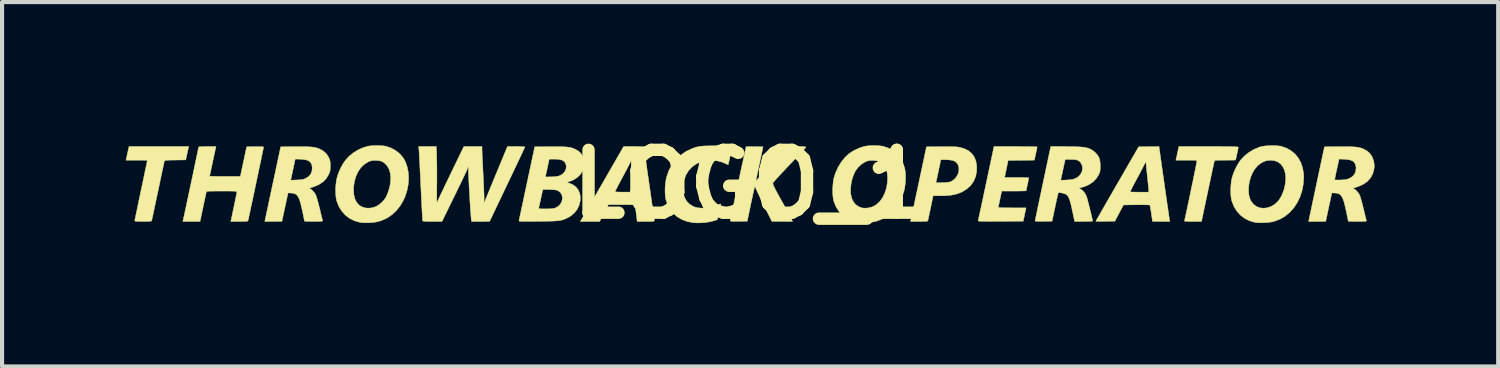
<source format=kicad_pcb>
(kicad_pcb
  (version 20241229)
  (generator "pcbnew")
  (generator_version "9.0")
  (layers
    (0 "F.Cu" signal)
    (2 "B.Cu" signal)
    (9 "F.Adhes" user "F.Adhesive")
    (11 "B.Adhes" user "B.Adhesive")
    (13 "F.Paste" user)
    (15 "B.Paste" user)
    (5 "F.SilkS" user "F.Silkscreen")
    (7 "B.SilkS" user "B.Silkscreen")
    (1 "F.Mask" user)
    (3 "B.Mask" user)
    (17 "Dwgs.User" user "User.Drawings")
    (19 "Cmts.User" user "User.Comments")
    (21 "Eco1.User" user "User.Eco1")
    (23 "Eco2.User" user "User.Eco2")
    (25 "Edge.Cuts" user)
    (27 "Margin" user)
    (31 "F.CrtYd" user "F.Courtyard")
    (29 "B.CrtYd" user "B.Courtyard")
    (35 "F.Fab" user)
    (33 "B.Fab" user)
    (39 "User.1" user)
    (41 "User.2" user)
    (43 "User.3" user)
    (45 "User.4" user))
  (footprint "LOGO_1"
    (layer "F.Cu")
    (at 15.14 1.418)
    (property "Reference" "LOGO_1" (at 0 0 0) (layer "F.SilkS") (effects (font (size 1.524 1.524) (thickness 0.3))))
    (attr through_hole)
    (fp_poly (pts (xy -13.622 -0.881) (xy -13.629 -0.854) (xy -13.638 -0.81) (xy -13.65 -0.755) (xy -13.658 -0.719) (xy -13.685 -0.591) (xy -13.941 -0.587) (xy -14.029 -0.586) (xy -14.094 -0.584) (xy -14.14 -0.582) (xy -14.171 -0.579) (xy -14.19 -0.575) (xy -14.2 -0.569) (xy -14.203 -0.562) (xy -14.207 -0.545) (xy -14.216 -0.507) (xy -14.228 -0.448) (xy -14.245 -0.371) (xy -14.265 -0.278) (xy -14.287 -0.173) (xy -14.312 -0.056) (xy -14.338 0.07) (xy -14.357 0.159) (xy -14.385 0.289) (xy -14.411 0.412) (xy -14.435 0.525) (xy -14.456 0.627) (xy -14.475 0.715) (xy -14.49 0.786) (xy -14.502 0.839) (xy -14.509 0.871) (xy -14.511 0.879) (xy -14.516 0.888) (xy -14.527 0.894) (xy -14.548 0.898) (xy -14.582 0.9) (xy -14.634 0.901) (xy -14.707 0.902) (xy -14.72 0.902) (xy -14.8 0.901) (xy -14.857 0.9) (xy -14.895 0.897) (xy -14.915 0.892) (xy -14.922 0.886) (xy -14.922 0.885) (xy -14.92 0.87) (xy -14.913 0.833) (xy -14.901 0.775) (xy -14.885 0.698) (xy -14.866 0.606) (xy -14.844 0.501) (xy -14.82 0.384) (xy -14.793 0.258) (xy -14.77 0.148) (xy -14.742 0.017) (xy -14.716 -0.107) (xy -14.692 -0.221) (xy -14.671 -0.324) (xy -14.652 -0.412) (xy -14.637 -0.483) (xy -14.626 -0.537) (xy -14.62 -0.569) (xy -14.618 -0.578) (xy -14.63 -0.58) (xy -14.663 -0.582) (xy -14.715 -0.583) (xy -14.781 -0.584) (xy -14.857 -0.584) (xy -14.876 -0.584) (xy -15.135 -0.584) (xy -15.105 -0.721) (xy -15.092 -0.779) (xy -15.081 -0.831) (xy -15.072 -0.87) (xy -15.068 -0.886) (xy -15.062 -0.914) (xy -14.338 -0.914) (xy -13.614 -0.914) (xy -13.622 -0.881)) (stroke (width 0.01) (type solid)) (fill yes) (layer "F.SilkS"))
    (fp_poly (pts (xy 6.548 -0.914) (xy 6.653 -0.913) (xy 6.746 -0.913) (xy 6.826 -0.911) (xy 6.889 -0.91) (xy 6.934 -0.908) (xy 6.957 -0.906) (xy 6.96 -0.905) (xy 6.957 -0.89) (xy 6.95 -0.855) (xy 6.94 -0.805) (xy 6.927 -0.745) (xy 6.926 -0.74) (xy 6.892 -0.585) (xy 6.574 -0.581) (xy 6.256 -0.578) (xy 6.222 -0.413) (xy 6.208 -0.347) (xy 6.195 -0.287) (xy 6.185 -0.239) (xy 6.179 -0.208) (xy 6.179 -0.206) (xy 6.171 -0.165) (xy 6.464 -0.165) (xy 6.553 -0.165) (xy 6.629 -0.163) (xy 6.69 -0.161) (xy 6.733 -0.158) (xy 6.754 -0.155) (xy 6.756 -0.153) (xy 6.754 -0.137) (xy 6.747 -0.101) (xy 6.737 -0.051) (xy 6.725 0.005) (xy 6.712 0.063) (xy 6.702 0.111) (xy 6.695 0.145) (xy 6.693 0.159) (xy 6.681 0.16) (xy 6.647 0.162) (xy 6.594 0.163) (xy 6.527 0.164) (xy 6.449 0.165) (xy 6.397 0.165) (xy 6.101 0.165) (xy 6.06 0.352) (xy 6.046 0.419) (xy 6.034 0.477) (xy 6.025 0.523) (xy 6.02 0.55) (xy 6.02 0.556) (xy 6.025 0.561) (xy 6.044 0.565) (xy 6.077 0.567) (xy 6.127 0.57) (xy 6.198 0.571) (xy 6.289 0.571) (xy 6.355 0.572) (xy 6.69 0.572) (xy 6.622 0.895) (xy 6.072 0.899) (xy 5.935 0.899) (xy 5.821 0.9) (xy 5.729 0.899) (xy 5.657 0.899) (xy 5.603 0.897) (xy 5.565 0.895) (xy 5.541 0.893) (xy 5.529 0.889) (xy 5.528 0.886) (xy 5.531 0.871) (xy 5.54 0.834) (xy 5.552 0.775) (xy 5.569 0.698) (xy 5.589 0.604) (xy 5.613 0.495) (xy 5.639 0.373) (xy 5.667 0.241) (xy 5.697 0.1) (xy 5.723 -0.022) (xy 5.912 -0.914) (xy 6.436 -0.914) (xy 6.548 -0.914)) (stroke (width 0.01) (type solid)) (fill yes) (layer "F.SilkS"))
    (fp_poly (pts (xy -0.857 -0.932) (xy -0.787 -0.931) (xy -0.732 -0.928) (xy -0.687 -0.924) (xy -0.645 -0.917) (xy -0.602 -0.907) (xy -0.593 -0.905) (xy -0.541 -0.891) (xy -0.498 -0.879) (xy -0.47 -0.869) (xy -0.464 -0.867) (xy -0.46 -0.85) (xy -0.463 -0.81) (xy -0.472 -0.748) (xy -0.489 -0.664) (xy -0.512 -0.56) (xy -0.527 -0.498) (xy -0.534 -0.47) (xy -0.598 -0.502) (xy -0.687 -0.538) (xy -0.788 -0.565) (xy -0.891 -0.581) (xy -0.951 -0.584) (xy -1.087 -0.572) (xy -1.211 -0.539) (xy -1.321 -0.485) (xy -1.418 -0.413) (xy -1.498 -0.323) (xy -1.56 -0.218) (xy -1.604 -0.099) (xy -1.626 0.033) (xy -1.629 0.102) (xy -1.62 0.22) (xy -1.591 0.323) (xy -1.541 0.409) (xy -1.473 0.48) (xy -1.385 0.535) (xy -1.34 0.553) (xy -1.27 0.57) (xy -1.184 0.578) (xy -1.089 0.576) (xy -0.994 0.565) (xy -0.906 0.546) (xy -0.889 0.54) (xy -0.836 0.522) (xy -0.788 0.505) (xy -0.753 0.491) (xy -0.746 0.487) (xy -0.731 0.479) (xy -0.72 0.476) (xy -0.715 0.481) (xy -0.714 0.497) (xy -0.719 0.527) (xy -0.729 0.574) (xy -0.744 0.641) (xy -0.753 0.679) (xy -0.794 0.857) (xy -0.876 0.885) (xy -0.973 0.91) (xy -1.084 0.927) (xy -1.202 0.936) (xy -1.317 0.936) (xy -1.384 0.931) (xy -1.527 0.903) (xy -1.656 0.855) (xy -1.77 0.787) (xy -1.867 0.701) (xy -1.947 0.598) (xy -2.009 0.477) (xy -2.041 0.381) (xy -2.056 0.302) (xy -2.063 0.205) (xy -2.063 0.1) (xy -2.055 -0.007) (xy -2.041 -0.107) (xy -2.028 -0.168) (xy -1.975 -0.324) (xy -1.903 -0.464) (xy -1.812 -0.588) (xy -1.702 -0.694) (xy -1.573 -0.784) (xy -1.505 -0.82) (xy -1.427 -0.857) (xy -1.356 -0.885) (xy -1.288 -0.905) (xy -1.215 -0.919) (xy -1.134 -0.927) (xy -1.037 -0.931) (xy -0.946 -0.932) (xy -0.857 -0.932)) (stroke (width 0.01) (type solid)) (fill yes) (layer "F.SilkS"))
    (fp_poly (pts (xy 12.768 -0.935) (xy 12.84 -0.927) (xy 12.871 -0.922) (xy 12.998 -0.88) (xy 13.111 -0.817) (xy 13.209 -0.737) (xy 13.29 -0.639) (xy 13.353 -0.526) (xy 13.396 -0.399) (xy 13.42 -0.261) (xy 13.424 -0.173) (xy 13.413 -0.004) (xy 13.383 0.156) (xy 13.333 0.307) (xy 13.266 0.446) (xy 13.183 0.571) (xy 13.085 0.681) (xy 12.973 0.773) (xy 12.849 0.846) (xy 12.714 0.897) (xy 12.675 0.908) (xy 12.593 0.922) (xy 12.499 0.931) (xy 12.402 0.934) (xy 12.31 0.931) (xy 12.234 0.922) (xy 12.106 0.885) (xy 11.99 0.827) (xy 11.888 0.748) (xy 11.801 0.652) (xy 11.731 0.538) (xy 11.681 0.411) (xy 11.676 0.394) (xy 11.661 0.316) (xy 11.653 0.221) (xy 11.653 0.16) (xy 12.085 0.16) (xy 12.095 0.265) (xy 12.122 0.359) (xy 12.151 0.417) (xy 12.209 0.489) (xy 12.281 0.541) (xy 12.363 0.572) (xy 12.453 0.581) (xy 12.548 0.569) (xy 12.644 0.534) (xy 12.645 0.533) (xy 12.737 0.474) (xy 12.816 0.393) (xy 12.881 0.291) (xy 12.933 0.167) (xy 12.947 0.123) (xy 12.976 -0.007) (xy 12.988 -0.129) (xy 12.981 -0.239) (xy 12.959 -0.337) (xy 12.92 -0.42) (xy 12.867 -0.489) (xy 12.799 -0.539) (xy 12.718 -0.571) (xy 12.624 -0.582) (xy 12.587 -0.581) (xy 12.502 -0.567) (xy 12.424 -0.535) (xy 12.347 -0.484) (xy 12.304 -0.447) (xy 12.238 -0.371) (xy 12.183 -0.279) (xy 12.139 -0.176) (xy 12.107 -0.065) (xy 12.089 0.049) (xy 12.085 0.16) (xy 11.653 0.16) (xy 11.653 0.117) (xy 11.659 0.01) (xy 11.671 -0.091) (xy 11.688 -0.168) (xy 11.724 -0.279) (xy 11.775 -0.393) (xy 11.834 -0.501) (xy 11.893 -0.587) (xy 11.985 -0.685) (xy 12.095 -0.773) (xy 12.218 -0.846) (xy 12.349 -0.901) (xy 12.37 -0.908) (xy 12.429 -0.921) (xy 12.506 -0.931) (xy 12.593 -0.936) (xy 12.683 -0.938) (xy 12.768 -0.935)) (stroke (width 0.01) (type solid)) (fill yes) (layer "F.SilkS"))
    (fp_poly (pts (xy 4.842 -0.912) (xy 4.917 -0.911) (xy 4.977 -0.908) (xy 5.024 -0.905) (xy 5.063 -0.899) (xy 5.083 -0.896) (xy 5.2 -0.861) (xy 5.298 -0.81) (xy 5.377 -0.742) (xy 5.436 -0.659) (xy 5.475 -0.56) (xy 5.494 -0.445) (xy 5.495 -0.436) (xy 5.492 -0.303) (xy 5.466 -0.18) (xy 5.418 -0.07) (xy 5.348 0.028) (xy 5.257 0.112) (xy 5.146 0.182) (xy 5.128 0.19) (xy 5.043 0.225) (xy 4.952 0.251) (xy 4.851 0.268) (xy 4.734 0.277) (xy 4.617 0.279) (xy 4.437 0.279) (xy 4.377 0.568) (xy 4.359 0.652) (xy 4.343 0.728) (xy 4.329 0.792) (xy 4.319 0.842) (xy 4.312 0.872) (xy 4.31 0.879) (xy 4.305 0.888) (xy 4.295 0.894) (xy 4.274 0.898) (xy 4.24 0.9) (xy 4.189 0.901) (xy 4.117 0.902) (xy 4.097 0.902) (xy 3.89 0.902) (xy 3.92 0.759) (xy 3.928 0.72) (xy 3.941 0.66) (xy 3.958 0.58) (xy 3.979 0.483) (xy 4.002 0.372) (xy 4.028 0.25) (xy 4.056 0.119) (xy 4.086 -0.019) (xy 4.089 -0.035) (xy 4.506 -0.035) (xy 4.669 -0.04) (xy 4.741 -0.043) (xy 4.793 -0.047) (xy 4.831 -0.053) (xy 4.861 -0.062) (xy 4.884 -0.073) (xy 4.951 -0.119) (xy 5.003 -0.18) (xy 5.04 -0.249) (xy 5.06 -0.323) (xy 5.062 -0.397) (xy 5.043 -0.466) (xy 5.025 -0.496) (xy 4.992 -0.535) (xy 4.951 -0.563) (xy 4.896 -0.581) (xy 4.825 -0.591) (xy 4.759 -0.595) (xy 4.704 -0.596) (xy 4.659 -0.596) (xy 4.631 -0.595) (xy 4.623 -0.593) (xy 4.62 -0.579) (xy 4.613 -0.545) (xy 4.603 -0.493) (xy 4.589 -0.428) (xy 4.573 -0.354) (xy 4.572 -0.347) (xy 4.555 -0.27) (xy 4.54 -0.2) (xy 4.528 -0.14) (xy 4.518 -0.096) (xy 4.513 -0.072) (xy 4.513 -0.072) (xy 4.506 -0.035) (xy 4.089 -0.035) (xy 4.113 -0.146) (xy 4.275 -0.908) (xy 4.633 -0.911) (xy 4.749 -0.912) (xy 4.842 -0.912)) (stroke (width 0.01) (type solid)) (fill yes) (layer "F.SilkS"))
    (fp_poly (pts (xy 11.273 -0.914) (xy 11.406 -0.914) (xy 11.518 -0.913) (xy 11.609 -0.913) (xy 11.682 -0.912) (xy 11.739 -0.91) (xy 11.781 -0.908) (xy 11.81 -0.906) (xy 11.827 -0.903) (xy 11.835 -0.899) (xy 11.836 -0.897) (xy 11.834 -0.879) (xy 11.827 -0.841) (xy 11.816 -0.79) (xy 11.805 -0.737) (xy 11.792 -0.68) (xy 11.782 -0.633) (xy 11.775 -0.601) (xy 11.773 -0.589) (xy 11.761 -0.587) (xy 11.727 -0.586) (xy 11.676 -0.585) (xy 11.61 -0.585) (xy 11.535 -0.584) (xy 11.519 -0.584) (xy 11.426 -0.584) (xy 11.357 -0.582) (xy 11.308 -0.58) (xy 11.276 -0.576) (xy 11.261 -0.571) (xy 11.258 -0.568) (xy 11.255 -0.554) (xy 11.247 -0.518) (xy 11.235 -0.462) (xy 11.219 -0.389) (xy 11.2 -0.302) (xy 11.179 -0.203) (xy 11.156 -0.095) (xy 11.132 0.02) (xy 11.106 0.138) (xy 11.081 0.257) (xy 11.056 0.375) (xy 11.032 0.489) (xy 11.009 0.596) (xy 10.989 0.693) (xy 10.971 0.779) (xy 10.956 0.85) (xy 10.953 0.867) (xy 10.945 0.902) (xy 10.736 0.902) (xy 10.659 0.902) (xy 10.603 0.901) (xy 10.566 0.899) (xy 10.544 0.896) (xy 10.534 0.891) (xy 10.532 0.884) (xy 10.533 0.879) (xy 10.538 0.859) (xy 10.548 0.817) (xy 10.561 0.756) (xy 10.577 0.679) (xy 10.597 0.588) (xy 10.618 0.487) (xy 10.641 0.379) (xy 10.665 0.265) (xy 10.689 0.148) (xy 10.713 0.032) (xy 10.737 -0.081) (xy 10.759 -0.189) (xy 10.779 -0.288) (xy 10.797 -0.375) (xy 10.812 -0.449) (xy 10.823 -0.506) (xy 10.831 -0.544) (xy 10.833 -0.56) (xy 10.833 -0.56) (xy 10.832 -0.568) (xy 10.826 -0.574) (xy 10.812 -0.579) (xy 10.787 -0.581) (xy 10.748 -0.583) (xy 10.691 -0.584) (xy 10.613 -0.584) (xy 10.578 -0.584) (xy 10.322 -0.584) (xy 10.33 -0.613) (xy 10.335 -0.637) (xy 10.345 -0.679) (xy 10.356 -0.733) (xy 10.366 -0.778) (xy 10.395 -0.914) (xy 11.115 -0.914) (xy 11.273 -0.914)) (stroke (width 0.01) (type solid)) (fill yes) (layer "F.SilkS"))
    (fp_poly (pts (xy 10.038 -0.042) (xy 10.059 0.105) (xy 10.079 0.245) (xy 10.098 0.377) (xy 10.115 0.497) (xy 10.131 0.604) (xy 10.144 0.695) (xy 10.155 0.77) (xy 10.163 0.825) (xy 10.168 0.858) (xy 10.169 0.867) (xy 10.176 0.902) (xy 9.965 0.902) (xy 9.895 0.902) (xy 9.834 0.901) (xy 9.788 0.9) (xy 9.76 0.899) (xy 9.754 0.899) (xy 9.751 0.872) (xy 9.746 0.829) (xy 9.738 0.775) (xy 9.729 0.714) (xy 9.72 0.653) (xy 9.71 0.596) (xy 9.702 0.549) (xy 9.696 0.517) (xy 9.692 0.505) (xy 9.677 0.502) (xy 9.64 0.5) (xy 9.585 0.499) (xy 9.515 0.498) (xy 9.434 0.498) (xy 9.367 0.498) (xy 9.053 0.502) (xy 8.948 0.699) (xy 8.844 0.895) (xy 8.613 0.899) (xy 8.54 0.9) (xy 8.476 0.9) (xy 8.426 0.899) (xy 8.393 0.898) (xy 8.382 0.897) (xy 8.388 0.885) (xy 8.406 0.853) (xy 8.435 0.803) (xy 8.474 0.735) (xy 8.521 0.652) (xy 8.577 0.555) (xy 8.639 0.446) (xy 8.708 0.326) (xy 8.782 0.198) (xy 8.79 0.184) (xy 9.217 0.184) (xy 9.232 0.186) (xy 9.267 0.188) (xy 9.32 0.189) (xy 9.385 0.19) (xy 9.445 0.191) (xy 9.665 0.191) (xy 9.665 0.154) (xy 9.663 0.131) (xy 9.66 0.087) (xy 9.654 0.026) (xy 9.646 -0.048) (xy 9.638 -0.13) (xy 9.633 -0.173) (xy 9.624 -0.259) (xy 9.616 -0.339) (xy 9.609 -0.41) (xy 9.604 -0.465) (xy 9.601 -0.502) (xy 9.601 -0.512) (xy 9.6 -0.529) (xy 9.597 -0.536) (xy 9.589 -0.53) (xy 9.575 -0.508) (xy 9.554 -0.469) (xy 9.523 -0.41) (xy 9.514 -0.392) (xy 9.476 -0.319) (xy 9.431 -0.233) (xy 9.382 -0.142) (xy 9.336 -0.056) (xy 9.318 -0.023) (xy 9.284 0.042) (xy 9.255 0.098) (xy 9.233 0.143) (xy 9.22 0.173) (xy 9.217 0.184) (xy 8.79 0.184) (xy 8.86 0.062) (xy 8.901 -0.008) (xy 9.42 -0.908) (xy 9.914 -0.915) (xy 10.038 -0.042)) (stroke (width 0.01) (type solid)) (fill yes) (layer "F.SilkS"))
    (fp_poly (pts (xy -8.934 -0.935) (xy -8.857 -0.926) (xy -8.827 -0.92) (xy -8.706 -0.879) (xy -8.594 -0.818) (xy -8.497 -0.739) (xy -8.416 -0.645) (xy -8.365 -0.557) (xy -8.318 -0.43) (xy -8.29 -0.291) (xy -8.281 -0.144) (xy -8.292 0.008) (xy -8.322 0.159) (xy -8.371 0.307) (xy -8.402 0.377) (xy -8.481 0.515) (xy -8.576 0.636) (xy -8.686 0.738) (xy -8.808 0.821) (xy -8.942 0.881) (xy -9.032 0.908) (xy -9.112 0.922) (xy -9.205 0.931) (xy -9.301 0.934) (xy -9.393 0.931) (xy -9.469 0.922) (xy -9.47 0.922) (xy -9.598 0.885) (xy -9.714 0.827) (xy -9.816 0.748) (xy -9.903 0.652) (xy -9.973 0.538) (xy -10.024 0.41) (xy -10.028 0.394) (xy -10.043 0.317) (xy -10.051 0.223) (xy -10.051 0.127) (xy -9.617 0.127) (xy -9.61 0.248) (xy -9.586 0.351) (xy -9.544 0.436) (xy -9.484 0.503) (xy -9.46 0.522) (xy -9.387 0.559) (xy -9.301 0.578) (xy -9.21 0.577) (xy -9.118 0.557) (xy -9.059 0.533) (xy -8.991 0.49) (xy -8.922 0.43) (xy -8.863 0.362) (xy -8.824 0.3) (xy -8.786 0.212) (xy -8.753 0.11) (xy -8.729 0.006) (xy -8.724 -0.027) (xy -8.715 -0.149) (xy -8.725 -0.26) (xy -8.753 -0.358) (xy -8.798 -0.441) (xy -8.817 -0.465) (xy -8.87 -0.517) (xy -8.923 -0.551) (xy -8.984 -0.57) (xy -9.06 -0.577) (xy -9.081 -0.578) (xy -9.138 -0.577) (xy -9.18 -0.572) (xy -9.217 -0.561) (xy -9.26 -0.543) (xy -9.273 -0.536) (xy -9.364 -0.478) (xy -9.443 -0.399) (xy -9.509 -0.302) (xy -9.56 -0.19) (xy -9.596 -0.065) (xy -9.615 0.07) (xy -9.617 0.127) (xy -10.051 0.127) (xy -10.052 0.119) (xy -10.046 0.013) (xy -10.033 -0.088) (xy -10.016 -0.168) (xy -9.98 -0.279) (xy -9.93 -0.393) (xy -9.871 -0.5) (xy -9.811 -0.586) (xy -9.725 -0.679) (xy -9.622 -0.762) (xy -9.507 -0.834) (xy -9.386 -0.888) (xy -9.277 -0.921) (xy -9.204 -0.932) (xy -9.116 -0.938) (xy -9.024 -0.939) (xy -8.934 -0.935)) (stroke (width 0.01) (type solid)) (fill yes) (layer "F.SilkS"))
    (fp_poly (pts (xy 3.131 -0.934) (xy 3.207 -0.924) (xy 3.225 -0.92) (xy 3.352 -0.878) (xy 3.464 -0.815) (xy 3.562 -0.733) (xy 3.642 -0.634) (xy 3.705 -0.519) (xy 3.747 -0.39) (xy 3.755 -0.353) (xy 3.767 -0.257) (xy 3.769 -0.147) (xy 3.763 -0.031) (xy 3.749 0.081) (xy 3.734 0.152) (xy 3.685 0.305) (xy 3.617 0.446) (xy 3.531 0.572) (xy 3.431 0.683) (xy 3.316 0.775) (xy 3.19 0.848) (xy 3.054 0.898) (xy 3.039 0.902) (xy 2.97 0.916) (xy 2.887 0.927) (xy 2.8 0.933) (xy 2.716 0.935) (xy 2.644 0.932) (xy 2.611 0.927) (xy 2.474 0.891) (xy 2.352 0.834) (xy 2.246 0.758) (xy 2.156 0.663) (xy 2.085 0.551) (xy 2.033 0.423) (xy 2.024 0.394) (xy 2.01 0.32) (xy 2.003 0.23) (xy 2.001 0.13) (xy 2.002 0.108) (xy 2.435 0.108) (xy 2.437 0.212) (xy 2.439 0.235) (xy 2.464 0.342) (xy 2.505 0.429) (xy 2.563 0.497) (xy 2.638 0.546) (xy 2.711 0.573) (xy 2.771 0.58) (xy 2.842 0.576) (xy 2.917 0.562) (xy 2.984 0.539) (xy 2.986 0.538) (xy 3.071 0.487) (xy 3.147 0.414) (xy 3.212 0.323) (xy 3.265 0.216) (xy 3.303 0.098) (xy 3.326 -0.03) (xy 3.333 -0.133) (xy 3.328 -0.237) (xy 3.313 -0.322) (xy 3.284 -0.394) (xy 3.242 -0.457) (xy 3.235 -0.464) (xy 3.182 -0.517) (xy 3.129 -0.551) (xy 3.069 -0.57) (xy 2.993 -0.577) (xy 2.972 -0.578) (xy 2.914 -0.577) (xy 2.872 -0.572) (xy 2.835 -0.561) (xy 2.792 -0.543) (xy 2.78 -0.537) (xy 2.691 -0.48) (xy 2.612 -0.404) (xy 2.549 -0.317) (xy 2.506 -0.226) (xy 2.471 -0.119) (xy 2.447 -0.005) (xy 2.435 0.108) (xy 2.002 0.108) (xy 2.006 0.028) (xy 2.016 -0.069) (xy 2.03 -0.146) (xy 2.073 -0.282) (xy 2.133 -0.413) (xy 2.208 -0.536) (xy 2.294 -0.645) (xy 2.388 -0.734) (xy 2.399 -0.742) (xy 2.482 -0.798) (xy 2.577 -0.848) (xy 2.676 -0.89) (xy 2.769 -0.918) (xy 2.779 -0.921) (xy 2.856 -0.932) (xy 2.946 -0.938) (xy 3.041 -0.939) (xy 3.131 -0.934)) (stroke (width 0.01) (type solid)) (fill yes) (layer "F.SilkS"))
    (fp_poly (pts (xy -2.823 -0.914) (xy -2.748 -0.914) (xy -2.681 -0.913) (xy -2.628 -0.912) (xy -2.593 -0.911) (xy -2.578 -0.909) (xy -2.578 -0.909) (xy -2.576 -0.895) (xy -2.571 -0.859) (xy -2.563 -0.802) (xy -2.552 -0.725) (xy -2.539 -0.632) (xy -2.523 -0.523) (xy -2.506 -0.402) (xy -2.487 -0.269) (xy -2.466 -0.128) (xy -2.451 -0.023) (xy -2.43 0.124) (xy -2.41 0.264) (xy -2.391 0.395) (xy -2.374 0.514) (xy -2.359 0.62) (xy -2.347 0.711) (xy -2.336 0.785) (xy -2.329 0.839) (xy -2.325 0.871) (xy -2.324 0.879) (xy -2.326 0.888) (xy -2.334 0.894) (xy -2.352 0.898) (xy -2.384 0.9) (xy -2.432 0.901) (xy -2.501 0.902) (xy -2.532 0.902) (xy -2.739 0.902) (xy -2.761 0.721) (xy -2.77 0.654) (xy -2.778 0.595) (xy -2.784 0.549) (xy -2.789 0.522) (xy -2.79 0.518) (xy -2.793 0.511) (xy -2.802 0.505) (xy -2.818 0.501) (xy -2.845 0.499) (xy -2.886 0.497) (xy -2.944 0.496) (xy -3.021 0.495) (xy -3.116 0.495) (xy -3.437 0.495) (xy -3.651 0.902) (xy -4.118 0.902) (xy -4.1 0.873) (xy -4.091 0.858) (xy -4.07 0.822) (xy -4.039 0.768) (xy -3.997 0.697) (xy -3.948 0.611) (xy -3.89 0.511) (xy -3.826 0.4) (xy -3.756 0.279) (xy -3.698 0.179) (xy -3.277 0.179) (xy -3.265 0.183) (xy -3.232 0.186) (xy -3.185 0.188) (xy -3.126 0.19) (xy -3.062 0.19) (xy -2.997 0.19) (xy -2.936 0.189) (xy -2.885 0.188) (xy -2.847 0.185) (xy -2.829 0.182) (xy -2.828 0.181) (xy -2.827 0.166) (xy -2.83 0.13) (xy -2.834 0.076) (xy -2.841 0.008) (xy -2.849 -0.07) (xy -2.852 -0.102) (xy -2.861 -0.19) (xy -2.87 -0.276) (xy -2.876 -0.356) (xy -2.881 -0.422) (xy -2.883 -0.47) (xy -2.884 -0.476) (xy -2.885 -0.578) (xy -2.911 -0.521) (xy -2.924 -0.495) (xy -2.947 -0.45) (xy -2.979 -0.389) (xy -3.017 -0.317) (xy -3.059 -0.237) (xy -3.105 -0.152) (xy -3.107 -0.148) (xy -3.151 -0.066) (xy -3.191 0.009) (xy -3.224 0.074) (xy -3.251 0.126) (xy -3.269 0.161) (xy -3.276 0.178) (xy -3.277 0.179) (xy -3.698 0.179) (xy -3.682 0.15) (xy -3.603 0.014) (xy -3.575 -0.035) (xy -3.069 -0.914) (xy -2.823 -0.914)) (stroke (width 0.01) (type solid)) (fill yes) (layer "F.SilkS"))
    (fp_poly (pts (xy 1.198 -0.914) (xy 1.261 -0.914) (xy 1.304 -0.912) (xy 1.331 -0.91) (xy 1.346 -0.906) (xy 1.35 -0.901) (xy 1.348 -0.893) (xy 1.348 -0.892) (xy 1.336 -0.879) (xy 1.31 -0.849) (xy 1.269 -0.804) (xy 1.216 -0.748) (xy 1.153 -0.681) (xy 1.082 -0.605) (xy 1.004 -0.523) (xy 0.947 -0.464) (xy 0.865 -0.378) (xy 0.79 -0.298) (xy 0.721 -0.224) (xy 0.662 -0.159) (xy 0.613 -0.105) (xy 0.577 -0.064) (xy 0.556 -0.038) (xy 0.551 -0.029) (xy 0.551 -0.016) (xy 0.556 0.004) (xy 0.567 0.034) (xy 0.586 0.074) (xy 0.613 0.127) (xy 0.649 0.195) (xy 0.695 0.28) (xy 0.752 0.384) (xy 0.801 0.47) (xy 0.842 0.545) (xy 0.884 0.622) (xy 0.923 0.695) (xy 0.956 0.757) (xy 0.97 0.784) (xy 1.029 0.902) (xy 0.527 0.9) (xy 0.334 0.51) (xy 0.288 0.417) (xy 0.245 0.329) (xy 0.207 0.251) (xy 0.176 0.184) (xy 0.152 0.132) (xy 0.137 0.098) (xy 0.132 0.086) (xy 0.124 0.06) (xy 0.115 0.051) (xy 0.111 0.063) (xy 0.102 0.097) (xy 0.089 0.15) (xy 0.073 0.219) (xy 0.055 0.302) (xy 0.034 0.396) (xy 0.018 0.473) (xy -0.07 0.895) (xy -0.276 0.899) (xy -0.353 0.899) (xy -0.415 0.898) (xy -0.458 0.896) (xy -0.48 0.892) (xy -0.483 0.89) (xy -0.48 0.875) (xy -0.473 0.838) (xy -0.461 0.781) (xy -0.445 0.706) (xy -0.427 0.617) (xy -0.405 0.514) (xy -0.381 0.402) (xy -0.356 0.281) (xy -0.329 0.156) (xy -0.302 0.027) (xy -0.274 -0.103) (xy -0.247 -0.231) (xy -0.22 -0.354) (xy -0.195 -0.472) (xy -0.171 -0.58) (xy -0.15 -0.677) (xy -0.132 -0.76) (xy -0.117 -0.827) (xy -0.106 -0.876) (xy -0.1 -0.904) (xy -0.098 -0.909) (xy -0.084 -0.911) (xy -0.049 -0.912) (xy 0.002 -0.913) (xy 0.066 -0.912) (xy 0.11 -0.912) (xy 0.313 -0.908) (xy 0.227 -0.502) (xy 0.206 -0.403) (xy 0.187 -0.313) (xy 0.17 -0.234) (xy 0.157 -0.168) (xy 0.147 -0.12) (xy 0.141 -0.091) (xy 0.14 -0.085) (xy 0.147 -0.089) (xy 0.167 -0.109) (xy 0.195 -0.142) (xy 0.206 -0.155) (xy 0.232 -0.186) (xy 0.272 -0.233) (xy 0.323 -0.292) (xy 0.382 -0.359) (xy 0.445 -0.431) (xy 0.501 -0.495) (xy 0.566 -0.569) (xy 0.629 -0.64) (xy 0.687 -0.707) (xy 0.737 -0.764) (xy 0.776 -0.809) (xy 0.799 -0.835) (xy 0.867 -0.914) (xy 1.114 -0.914) (xy 1.198 -0.914)) (stroke (width 0.01) (type solid)) (fill yes) (layer "F.SilkS"))
    (fp_poly (pts (xy -12.958 -0.886) (xy -12.963 -0.865) (xy -12.972 -0.825) (xy -12.984 -0.77) (xy -12.999 -0.702) (xy -13.015 -0.626) (xy -13.032 -0.546) (xy -13.049 -0.466) (xy -13.066 -0.39) (xy -13.08 -0.321) (xy -13.092 -0.263) (xy -13.101 -0.221) (xy -13.106 -0.198) (xy -13.106 -0.195) (xy -13.094 -0.194) (xy -13.06 -0.193) (xy -13.006 -0.192) (xy -12.937 -0.191) (xy -12.854 -0.191) (xy -12.762 -0.191) (xy -12.734 -0.191) (xy -12.362 -0.191) (xy -12.209 -0.908) (xy -12.004 -0.912) (xy -11.921 -0.912) (xy -11.861 -0.912) (xy -11.822 -0.909) (xy -11.802 -0.905) (xy -11.798 -0.9) (xy -11.801 -0.886) (xy -11.808 -0.849) (xy -11.82 -0.793) (xy -11.835 -0.719) (xy -11.854 -0.629) (xy -11.875 -0.527) (xy -11.899 -0.415) (xy -11.924 -0.295) (xy -11.951 -0.169) (xy -11.978 -0.041) (xy -12.005 0.088) (xy -12.032 0.216) (xy -12.058 0.339) (xy -12.083 0.455) (xy -12.106 0.562) (xy -12.126 0.658) (xy -12.144 0.74) (xy -12.158 0.805) (xy -12.168 0.851) (xy -12.174 0.876) (xy -12.175 0.879) (xy -12.179 0.888) (xy -12.19 0.894) (xy -12.21 0.898) (xy -12.244 0.9) (xy -12.295 0.901) (xy -12.367 0.902) (xy -12.387 0.902) (xy -12.594 0.902) (xy -12.52 0.556) (xy -12.501 0.464) (xy -12.484 0.381) (xy -12.469 0.308) (xy -12.457 0.249) (xy -12.45 0.208) (xy -12.446 0.188) (xy -12.446 0.187) (xy -12.448 0.181) (xy -12.454 0.176) (xy -12.468 0.172) (xy -12.491 0.169) (xy -12.528 0.167) (xy -12.581 0.166) (xy -12.651 0.165) (xy -12.743 0.165) (xy -12.813 0.165) (xy -12.92 0.165) (xy -13.004 0.166) (xy -13.068 0.166) (xy -13.115 0.168) (xy -13.147 0.17) (xy -13.168 0.174) (xy -13.18 0.178) (xy -13.186 0.184) (xy -13.187 0.187) (xy -13.191 0.205) (xy -13.2 0.245) (xy -13.212 0.302) (xy -13.228 0.374) (xy -13.245 0.457) (xy -13.265 0.548) (xy -13.266 0.556) (xy -13.339 0.902) (xy -13.757 0.902) (xy -13.75 0.873) (xy -13.745 0.853) (xy -13.736 0.81) (xy -13.723 0.749) (xy -13.706 0.67) (xy -13.686 0.578) (xy -13.664 0.473) (xy -13.639 0.358) (xy -13.613 0.237) (xy -13.587 0.11) (xy -13.559 -0.018) (xy -13.532 -0.147) (xy -13.505 -0.273) (xy -13.48 -0.394) (xy -13.456 -0.508) (xy -13.434 -0.613) (xy -13.414 -0.705) (xy -13.398 -0.782) (xy -13.386 -0.843) (xy -13.377 -0.884) (xy -13.373 -0.903) (xy -13.373 -0.904) (xy -13.361 -0.908) (xy -13.328 -0.91) (xy -13.278 -0.913) (xy -13.214 -0.914) (xy -13.162 -0.914) (xy -12.951 -0.914) (xy -12.958 -0.886)) (stroke (width 0.01) (type solid)) (fill yes) (layer "F.SilkS"))
    (fp_poly (pts (xy 14.511 -0.912) (xy 14.599 -0.909) (xy 14.671 -0.904) (xy 14.731 -0.897) (xy 14.782 -0.887) (xy 14.826 -0.874) (xy 14.868 -0.857) (xy 14.879 -0.852) (xy 14.961 -0.806) (xy 15.024 -0.752) (xy 15.072 -0.684) (xy 15.087 -0.656) (xy 15.123 -0.554) (xy 15.135 -0.449) (xy 15.126 -0.356) (xy 15.095 -0.248) (xy 15.043 -0.154) (xy 14.971 -0.073) (xy 14.878 -0.006) (xy 14.763 0.048) (xy 14.694 0.072) (xy 14.652 0.085) (xy 14.625 0.095) (xy 14.617 0.1) (xy 14.619 0.101) (xy 14.647 0.112) (xy 14.682 0.138) (xy 14.719 0.176) (xy 14.753 0.218) (xy 14.778 0.26) (xy 14.781 0.266) (xy 14.793 0.298) (xy 14.808 0.35) (xy 14.827 0.417) (xy 14.848 0.494) (xy 14.868 0.576) (xy 14.873 0.594) (xy 14.892 0.673) (xy 14.909 0.745) (xy 14.924 0.806) (xy 14.935 0.851) (xy 14.942 0.876) (xy 14.943 0.879) (xy 14.944 0.887) (xy 14.938 0.893) (xy 14.923 0.897) (xy 14.895 0.9) (xy 14.85 0.901) (xy 14.786 0.902) (xy 14.727 0.902) (xy 14.654 0.901) (xy 14.592 0.901) (xy 14.543 0.899) (xy 14.513 0.898) (xy 14.503 0.896) (xy 14.501 0.882) (xy 14.494 0.848) (xy 14.483 0.796) (xy 14.47 0.731) (xy 14.455 0.657) (xy 14.452 0.645) (xy 14.426 0.528) (xy 14.402 0.435) (xy 14.377 0.361) (xy 14.351 0.305) (xy 14.321 0.265) (xy 14.287 0.238) (xy 14.246 0.222) (xy 14.197 0.214) (xy 14.173 0.212) (xy 14.105 0.21) (xy 14.031 0.552) (xy 14.012 0.642) (xy 13.995 0.723) (xy 13.98 0.792) (xy 13.968 0.847) (xy 13.961 0.883) (xy 13.958 0.898) (xy 13.958 0.899) (xy 13.945 0.9) (xy 13.912 0.9) (xy 13.862 0.901) (xy 13.799 0.902) (xy 13.749 0.902) (xy 13.542 0.902) (xy 13.585 0.695) (xy 13.596 0.643) (xy 13.612 0.569) (xy 13.631 0.477) (xy 13.654 0.369) (xy 13.68 0.249) (xy 13.707 0.12) (xy 13.736 -0.015) (xy 13.756 -0.11) (xy 14.173 -0.11) (xy 14.185 -0.106) (xy 14.217 -0.104) (xy 14.265 -0.103) (xy 14.316 -0.104) (xy 14.388 -0.108) (xy 14.441 -0.114) (xy 14.483 -0.123) (xy 14.521 -0.137) (xy 14.526 -0.139) (xy 14.6 -0.183) (xy 14.653 -0.241) (xy 14.684 -0.312) (xy 14.692 -0.394) (xy 14.691 -0.412) (xy 14.679 -0.477) (xy 14.652 -0.528) (xy 14.609 -0.565) (xy 14.547 -0.589) (xy 14.464 -0.603) (xy 14.408 -0.607) (xy 14.28 -0.612) (xy 14.227 -0.366) (xy 14.21 -0.291) (xy 14.196 -0.223) (xy 14.184 -0.168) (xy 14.177 -0.129) (xy 14.173 -0.111) (xy 14.173 -0.11) (xy 13.756 -0.11) (xy 13.765 -0.152) (xy 13.777 -0.21) (xy 13.926 -0.908) (xy 14.275 -0.912) (xy 14.404 -0.912) (xy 14.511 -0.912)) (stroke (width 0.01) (type solid)) (fill yes) (layer "F.SilkS"))
    (fp_poly (pts (xy -10.8 -0.912) (xy -10.712 -0.909) (xy -10.64 -0.904) (xy -10.58 -0.897) (xy -10.529 -0.887) (xy -10.485 -0.874) (xy -10.443 -0.857) (xy -10.431 -0.852) (xy -10.343 -0.801) (xy -10.275 -0.739) (xy -10.225 -0.663) (xy -10.216 -0.645) (xy -10.198 -0.603) (xy -10.187 -0.566) (xy -10.182 -0.525) (xy -10.18 -0.472) (xy -10.18 -0.445) (xy -10.181 -0.384) (xy -10.184 -0.34) (xy -10.193 -0.304) (xy -10.208 -0.265) (xy -10.22 -0.238) (xy -10.275 -0.145) (xy -10.346 -0.068) (xy -10.436 -0.004) (xy -10.546 0.047) (xy -10.617 0.072) (xy -10.658 0.085) (xy -10.685 0.095) (xy -10.693 0.1) (xy -10.69 0.101) (xy -10.663 0.111) (xy -10.629 0.138) (xy -10.592 0.175) (xy -10.558 0.216) (xy -10.535 0.253) (xy -10.524 0.283) (xy -10.508 0.332) (xy -10.489 0.398) (xy -10.468 0.474) (xy -10.447 0.557) (xy -10.44 0.584) (xy -10.421 0.665) (xy -10.403 0.738) (xy -10.388 0.8) (xy -10.376 0.847) (xy -10.369 0.875) (xy -10.368 0.879) (xy -10.367 0.887) (xy -10.373 0.893) (xy -10.388 0.897) (xy -10.417 0.9) (xy -10.461 0.901) (xy -10.526 0.902) (xy -10.585 0.902) (xy -10.657 0.901) (xy -10.719 0.9) (xy -10.768 0.898) (xy -10.799 0.895) (xy -10.808 0.892) (xy -10.81 0.877) (xy -10.817 0.842) (xy -10.828 0.789) (xy -10.841 0.723) (xy -10.857 0.649) (xy -10.859 0.641) (xy -10.885 0.525) (xy -10.909 0.432) (xy -10.934 0.359) (xy -10.961 0.303) (xy -10.991 0.264) (xy -11.026 0.237) (xy -11.068 0.221) (xy -11.118 0.214) (xy -11.138 0.212) (xy -11.205 0.21) (xy -11.279 0.552) (xy -11.298 0.642) (xy -11.316 0.723) (xy -11.331 0.792) (xy -11.342 0.847) (xy -11.35 0.883) (xy -11.353 0.898) (xy -11.353 0.899) (xy -11.366 0.9) (xy -11.399 0.9) (xy -11.449 0.901) (xy -11.512 0.902) (xy -11.562 0.902) (xy -11.769 0.902) (xy -11.739 0.759) (xy -11.731 0.72) (xy -11.718 0.66) (xy -11.701 0.58) (xy -11.68 0.483) (xy -11.657 0.372) (xy -11.631 0.25) (xy -11.603 0.119) (xy -11.574 -0.019) (xy -11.556 -0.099) (xy -11.141 -0.099) (xy -10.997 -0.104) (xy -10.925 -0.108) (xy -10.872 -0.113) (xy -10.83 -0.122) (xy -10.792 -0.136) (xy -10.785 -0.139) (xy -10.711 -0.183) (xy -10.658 -0.241) (xy -10.628 -0.312) (xy -10.619 -0.395) (xy -10.62 -0.415) (xy -10.632 -0.479) (xy -10.659 -0.529) (xy -10.702 -0.565) (xy -10.763 -0.59) (xy -10.845 -0.603) (xy -10.904 -0.607) (xy -11.031 -0.612) (xy -11.079 -0.386) (xy -11.095 -0.311) (xy -11.11 -0.243) (xy -11.122 -0.187) (xy -11.13 -0.147) (xy -11.134 -0.129) (xy -11.141 -0.099) (xy -11.556 -0.099) (xy -11.546 -0.146) (xy -11.384 -0.908) (xy -11.036 -0.912) (xy -10.907 -0.912) (xy -10.8 -0.912)) (stroke (width 0.01) (type solid)) (fill yes) (layer "F.SilkS"))
    (fp_poly (pts (xy 7.655 -0.914) (xy 7.795 -0.913) (xy 7.912 -0.911) (xy 8.009 -0.905) (xy 8.09 -0.897) (xy 8.157 -0.885) (xy 8.213 -0.868) (xy 8.262 -0.847) (xy 8.305 -0.82) (xy 8.347 -0.788) (xy 8.368 -0.769) (xy 8.419 -0.714) (xy 8.455 -0.657) (xy 8.477 -0.593) (xy 8.488 -0.515) (xy 8.49 -0.444) (xy 8.489 -0.382) (xy 8.487 -0.338) (xy 8.481 -0.304) (xy 8.469 -0.271) (xy 8.451 -0.232) (xy 8.448 -0.226) (xy 8.391 -0.136) (xy 8.312 -0.057) (xy 8.218 0.008) (xy 8.11 0.056) (xy 8.041 0.076) (xy 7.973 0.092) (xy 8.023 0.122) (xy 8.079 0.168) (xy 8.128 0.234) (xy 8.158 0.298) (xy 8.166 0.321) (xy 8.177 0.364) (xy 8.192 0.421) (xy 8.21 0.489) (xy 8.228 0.563) (xy 8.247 0.638) (xy 8.265 0.711) (xy 8.281 0.778) (xy 8.294 0.833) (xy 8.302 0.873) (xy 8.306 0.892) (xy 8.306 0.893) (xy 8.294 0.896) (xy 8.26 0.898) (xy 8.21 0.9) (xy 8.146 0.901) (xy 8.087 0.902) (xy 7.868 0.902) (xy 7.814 0.645) (xy 7.79 0.536) (xy 7.769 0.449) (xy 7.748 0.382) (xy 7.729 0.331) (xy 7.708 0.293) (xy 7.685 0.265) (xy 7.661 0.245) (xy 7.631 0.231) (xy 7.59 0.219) (xy 7.546 0.209) (xy 7.507 0.203) (xy 7.479 0.204) (xy 7.473 0.207) (xy 7.469 0.22) (xy 7.46 0.255) (xy 7.447 0.309) (xy 7.432 0.378) (xy 7.414 0.458) (xy 7.395 0.547) (xy 7.394 0.554) (xy 7.321 0.895) (xy 7.115 0.899) (xy 7.029 0.9) (xy 6.966 0.898) (xy 6.926 0.895) (xy 6.909 0.89) (xy 6.909 0.889) (xy 6.911 0.876) (xy 6.919 0.84) (xy 6.93 0.784) (xy 6.946 0.71) (xy 6.964 0.621) (xy 6.985 0.52) (xy 7.009 0.408) (xy 7.034 0.288) (xy 7.061 0.163) (xy 7.088 0.035) (xy 7.115 -0.094) (xy 7.117 -0.105) (xy 7.532 -0.105) (xy 7.542 -0.101) (xy 7.573 -0.099) (xy 7.617 -0.1) (xy 7.67 -0.103) (xy 7.725 -0.107) (xy 7.776 -0.112) (xy 7.819 -0.118) (xy 7.841 -0.123) (xy 7.916 -0.155) (xy 7.977 -0.201) (xy 8.022 -0.259) (xy 8.05 -0.323) (xy 8.06 -0.391) (xy 8.049 -0.459) (xy 8.015 -0.522) (xy 8.013 -0.526) (xy 7.982 -0.558) (xy 7.947 -0.58) (xy 7.901 -0.594) (xy 7.841 -0.601) (xy 7.773 -0.602) (xy 7.641 -0.603) (xy 7.586 -0.356) (xy 7.57 -0.28) (xy 7.555 -0.213) (xy 7.543 -0.16) (xy 7.535 -0.122) (xy 7.532 -0.105) (xy 7.532 -0.105) (xy 7.117 -0.105) (xy 7.142 -0.222) (xy 7.168 -0.345) (xy 7.192 -0.461) (xy 7.215 -0.568) (xy 7.236 -0.664) (xy 7.253 -0.746) (xy 7.267 -0.812) (xy 7.278 -0.859) (xy 7.283 -0.885) (xy 7.284 -0.886) (xy 7.29 -0.914) (xy 7.655 -0.914)) (stroke (width 0.01) (type solid)) (fill yes) (layer "F.SilkS"))
    (fp_poly (pts (xy -7.601 -0.695) (xy -7.599 -0.63) (xy -7.598 -0.544) (xy -7.597 -0.442) (xy -7.596 -0.329) (xy -7.596 -0.209) (xy -7.596 -0.088) (xy -7.597 0.001) (xy -7.598 0.124) (xy -7.598 0.223) (xy -7.598 0.301) (xy -7.598 0.36) (xy -7.597 0.4) (xy -7.595 0.426) (xy -7.592 0.437) (xy -7.589 0.437) (xy -7.584 0.427) (xy -7.584 0.426) (xy -7.576 0.405) (xy -7.557 0.364) (xy -7.529 0.304) (xy -7.494 0.228) (xy -7.451 0.139) (xy -7.403 0.037) (xy -7.35 -0.073) (xy -7.293 -0.19) (xy -7.255 -0.27) (xy -6.943 -0.914) (xy -6.502 -0.914) (xy -6.502 -0.848) (xy -6.501 -0.82) (xy -6.5 -0.77) (xy -6.497 -0.702) (xy -6.493 -0.618) (xy -6.488 -0.521) (xy -6.483 -0.415) (xy -6.478 -0.304) (xy -6.477 -0.292) (xy -6.471 -0.177) (xy -6.466 -0.064) (xy -6.461 0.043) (xy -6.457 0.14) (xy -6.454 0.222) (xy -6.452 0.287) (xy -6.451 0.33) (xy -6.451 0.464) (xy -6.404 0.341) (xy -6.389 0.304) (xy -6.366 0.247) (xy -6.335 0.172) (xy -6.299 0.083) (xy -6.257 -0.018) (xy -6.212 -0.128) (xy -6.164 -0.243) (xy -6.121 -0.347) (xy -5.886 -0.914) (xy -5.674 -0.914) (xy -5.603 -0.914) (xy -5.543 -0.912) (xy -5.496 -0.91) (xy -5.468 -0.907) (xy -5.461 -0.905) (xy -5.466 -0.892) (xy -5.482 -0.858) (xy -5.507 -0.805) (xy -5.54 -0.734) (xy -5.581 -0.647) (xy -5.628 -0.547) (xy -5.682 -0.433) (xy -5.741 -0.309) (xy -5.804 -0.177) (xy -5.871 -0.037) (xy -5.89 0.003) (xy -6.318 0.901) (xy -6.755 0.902) (xy -6.762 0.86) (xy -6.765 0.829) (xy -6.77 0.775) (xy -6.775 0.703) (xy -6.782 0.616) (xy -6.788 0.517) (xy -6.795 0.411) (xy -6.801 0.299) (xy -6.808 0.187) (xy -6.814 0.076) (xy -6.819 -0.028) (xy -6.824 -0.123) (xy -6.827 -0.206) (xy -6.83 -0.273) (xy -6.831 -0.32) (xy -6.831 -0.339) (xy -6.829 -0.387) (xy -6.828 -0.424) (xy -6.828 -0.443) (xy -6.828 -0.445) (xy -6.833 -0.434) (xy -6.842 -0.407) (xy -6.845 -0.397) (xy -6.854 -0.377) (xy -6.872 -0.336) (xy -6.9 -0.277) (xy -6.935 -0.202) (xy -6.977 -0.113) (xy -7.025 -0.013) (xy -7.078 0.096) (xy -7.135 0.212) (xy -7.166 0.276) (xy -7.472 0.902) (xy -7.704 0.902) (xy -7.786 0.902) (xy -7.847 0.901) (xy -7.888 0.9) (xy -7.915 0.897) (xy -7.931 0.893) (xy -7.938 0.886) (xy -7.942 0.877) (xy -7.943 0.873) (xy -7.944 0.856) (xy -7.947 0.815) (xy -7.95 0.754) (xy -7.955 0.673) (xy -7.96 0.577) (xy -7.966 0.465) (xy -7.972 0.342) (xy -7.978 0.209) (xy -7.985 0.068) (xy -7.987 0.019) (xy -7.994 -0.125) (xy -8.001 -0.263) (xy -8.007 -0.392) (xy -8.013 -0.51) (xy -8.019 -0.615) (xy -8.023 -0.704) (xy -8.027 -0.776) (xy -8.03 -0.827) (xy -8.032 -0.856) (xy -8.033 -0.86) (xy -8.039 -0.914) (xy -7.61 -0.914) (xy -7.601 -0.695)) (stroke (width 0.01) (type solid)) (fill yes) (layer "F.SilkS"))
    (fp_poly (pts (xy -4.625 -0.912) (xy -4.536 -0.909) (xy -4.463 -0.905) (xy -4.402 -0.898) (xy -4.351 -0.889) (xy -4.307 -0.876) (xy -4.266 -0.861) (xy -4.248 -0.853) (xy -4.165 -0.805) (xy -4.103 -0.748) (xy -4.062 -0.678) (xy -4.039 -0.594) (xy -4.032 -0.502) (xy -4.033 -0.442) (xy -4.038 -0.399) (xy -4.047 -0.363) (xy -4.063 -0.325) (xy -4.067 -0.316) (xy -4.121 -0.234) (xy -4.196 -0.162) (xy -4.286 -0.105) (xy -4.388 -0.065) (xy -4.394 -0.063) (xy -4.451 -0.048) (xy -4.401 -0.032) (xy -4.304 0.008) (xy -4.226 0.064) (xy -4.169 0.135) (xy -4.133 0.22) (xy -4.119 0.289) (xy -4.12 0.399) (xy -4.145 0.504) (xy -4.191 0.602) (xy -4.257 0.689) (xy -4.342 0.763) (xy -4.424 0.812) (xy -4.465 0.832) (xy -4.503 0.848) (xy -4.539 0.861) (xy -4.578 0.872) (xy -4.622 0.88) (xy -4.673 0.886) (xy -4.736 0.89) (xy -4.812 0.894) (xy -4.906 0.896) (xy -5.019 0.897) (xy -5.133 0.899) (xy -5.256 0.9) (xy -5.356 0.901) (xy -5.435 0.901) (xy -5.495 0.9) (xy -5.54 0.9) (xy -5.571 0.898) (xy -5.591 0.895) (xy -5.602 0.892) (xy -5.606 0.887) (xy -5.606 0.881) (xy -5.605 0.88) (xy -5.602 0.864) (xy -5.593 0.826) (xy -5.581 0.766) (xy -5.564 0.688) (xy -5.544 0.593) (xy -5.541 0.58) (xy -5.127 0.58) (xy -5.124 0.588) (xy -5.112 0.593) (xy -5.088 0.595) (xy -5.047 0.597) (xy -4.986 0.597) (xy -4.962 0.597) (xy -4.877 0.596) (xy -4.812 0.592) (xy -4.763 0.585) (xy -4.731 0.576) (xy -4.664 0.543) (xy -4.613 0.496) (xy -4.577 0.441) (xy -4.557 0.38) (xy -4.553 0.318) (xy -4.566 0.259) (xy -4.596 0.207) (xy -4.643 0.166) (xy -4.696 0.142) (xy -4.722 0.138) (xy -4.763 0.133) (xy -4.815 0.13) (xy -4.871 0.128) (xy -4.927 0.126) (xy -4.975 0.126) (xy -5.011 0.127) (xy -5.028 0.13) (xy -5.029 0.132) (xy -5.032 0.145) (xy -5.039 0.178) (xy -5.049 0.226) (xy -5.062 0.284) (xy -5.075 0.347) (xy -5.089 0.411) (xy -5.103 0.471) (xy -5.114 0.521) (xy -5.122 0.556) (xy -5.124 0.568) (xy -5.127 0.58) (xy -5.541 0.58) (xy -5.52 0.483) (xy -5.494 0.361) (xy -5.466 0.228) (xy -5.436 0.087) (xy -5.412 -0.025) (xy -5.377 -0.188) (xy -4.963 -0.188) (xy -4.958 -0.182) (xy -4.942 -0.178) (xy -4.911 -0.178) (xy -4.862 -0.179) (xy -4.818 -0.18) (xy -4.742 -0.184) (xy -4.685 -0.19) (xy -4.642 -0.2) (xy -4.61 -0.211) (xy -4.544 -0.252) (xy -4.495 -0.306) (xy -4.466 -0.369) (xy -4.459 -0.436) (xy -4.463 -0.46) (xy -4.481 -0.515) (xy -4.513 -0.556) (xy -4.562 -0.585) (xy -4.628 -0.602) (xy -4.716 -0.609) (xy -4.744 -0.609) (xy -4.872 -0.61) (xy -4.914 -0.416) (xy -4.928 -0.347) (xy -4.942 -0.286) (xy -4.952 -0.238) (xy -4.96 -0.206) (xy -4.962 -0.198) (xy -4.963 -0.188) (xy -5.377 -0.188) (xy -5.224 -0.908) (xy -4.863 -0.912) (xy -4.733 -0.912) (xy -4.625 -0.912)) (stroke (width 0.01) (type solid)) (fill yes) (layer "F.SilkS")))
  (gr_rect
    (start -3 -3)
    (end 33.279 5.836)
    (stroke (width 0.1) (type default))
    (fill no)
    (layer "Edge.Cuts")))
</source>
